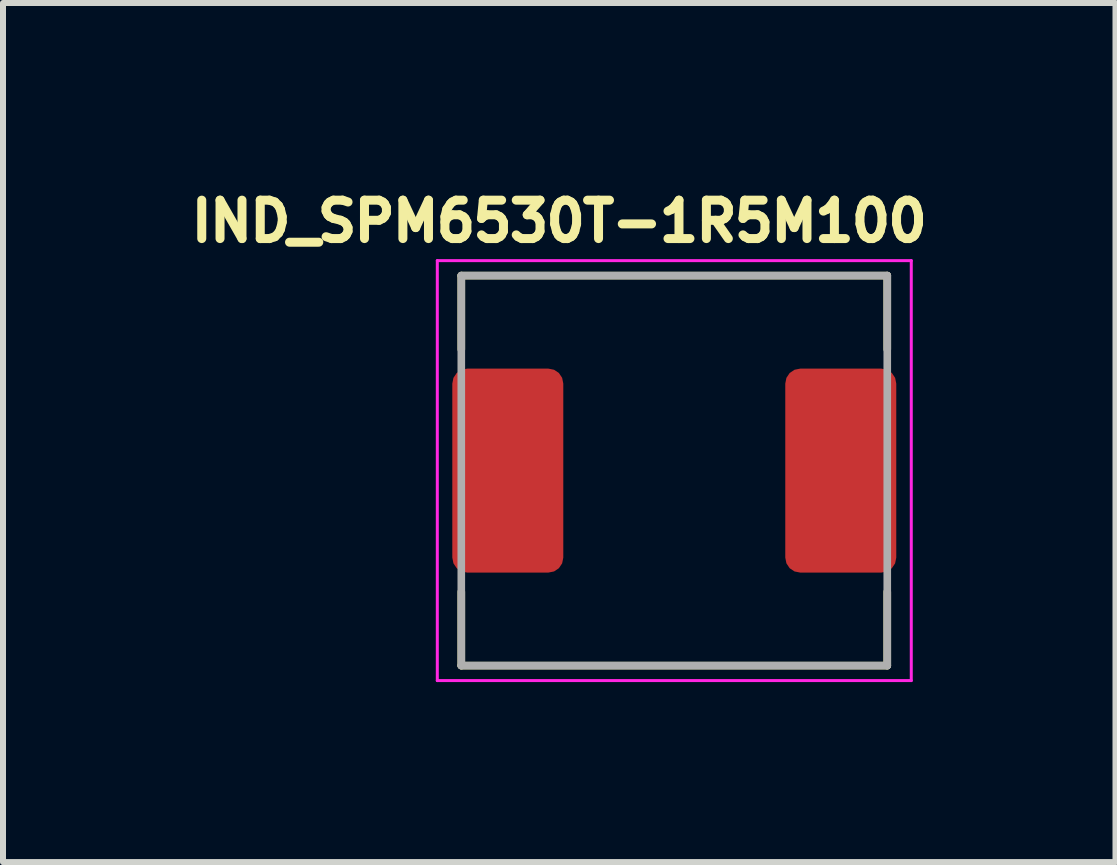
<source format=kicad_pcb>
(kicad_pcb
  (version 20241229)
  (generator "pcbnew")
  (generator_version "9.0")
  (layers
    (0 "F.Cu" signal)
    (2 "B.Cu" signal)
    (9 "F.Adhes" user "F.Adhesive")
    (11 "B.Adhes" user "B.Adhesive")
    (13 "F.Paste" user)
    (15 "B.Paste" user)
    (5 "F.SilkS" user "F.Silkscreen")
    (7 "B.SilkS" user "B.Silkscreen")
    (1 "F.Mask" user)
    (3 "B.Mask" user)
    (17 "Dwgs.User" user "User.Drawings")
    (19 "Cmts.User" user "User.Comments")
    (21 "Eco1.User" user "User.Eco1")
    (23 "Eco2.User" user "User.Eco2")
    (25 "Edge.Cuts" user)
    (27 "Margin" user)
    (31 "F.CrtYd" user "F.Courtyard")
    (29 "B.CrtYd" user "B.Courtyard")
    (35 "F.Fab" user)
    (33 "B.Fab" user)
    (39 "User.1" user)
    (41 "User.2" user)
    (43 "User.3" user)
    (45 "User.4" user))
  (footprint "IND_SPM6530T-1R5M100"
    (layer "F.Cu")
    (at 8.189 4.794)
    (property "Reference" "IND_SPM6530T-1R5M100" (at -1.918 -4.156 0) (layer "F.SilkS") (effects (font (size 0.64 0.64) (thickness 0.15))))
    (attr smd)
    (fp_line (start -3.55 -3.25) (end -3.55 -2.02) (stroke (width 0.127) (type solid)) (layer "F.SilkS"))
    (fp_line (start -3.55 -3.25) (end 3.55 -3.25) (stroke (width 0.127) (type solid)) (layer "F.SilkS"))
    (fp_line (start -3.55 3.25) (end -3.55 2.02) (stroke (width 0.127) (type solid)) (layer "F.SilkS"))
    (fp_line (start -3.55 3.25) (end 3.55 3.25) (stroke (width 0.127) (type solid)) (layer "F.SilkS"))
    (fp_line (start 3.55 -3.25) (end 3.55 -2.02) (stroke (width 0.127) (type solid)) (layer "F.SilkS"))
    (fp_line (start 3.55 3.25) (end 3.55 2.02) (stroke (width 0.127) (type solid)) (layer "F.SilkS"))
    (fp_line (start -3.95 -3.5) (end -3.95 3.5) (stroke (width 0.05) (type solid)) (layer "F.CrtYd"))
    (fp_line (start -3.95 3.5) (end 3.95 3.5) (stroke (width 0.05) (type solid)) (layer "F.CrtYd"))
    (fp_line (start 3.95 -3.5) (end -3.95 -3.5) (stroke (width 0.05) (type solid)) (layer "F.CrtYd"))
    (fp_line (start 3.95 3.5) (end 3.95 -3.5) (stroke (width 0.05) (type solid)) (layer "F.CrtYd"))
    (fp_line (start -3.55 -3.25) (end -3.55 3.25) (stroke (width 0.127) (type solid)) (layer "F.Fab"))
    (fp_line (start -3.55 -3.25) (end 3.55 -3.25) (stroke (width 0.127) (type solid)) (layer "F.Fab"))
    (fp_line (start -3.55 3.25) (end 3.55 3.25) (stroke (width 0.127) (type solid)) (layer "F.Fab"))
    (fp_line (start 3.55 -3.25) (end 3.55 3.25) (stroke (width 0.127) (type solid)) (layer "F.Fab"))
    (pad "1" smd roundrect (at -2.775 0) (size 1.85 3.4) (layers "F.Cu" "F.Mask" "F.Paste") (roundrect_rratio 0.135))
    (pad "2" smd roundrect (at 2.775 0) (size 1.85 3.4) (layers "F.Cu" "F.Mask" "F.Paste") (roundrect_rratio 0.135)))
  (gr_rect
    (start -3 -3)
    (end 15.543 11.319)
    (stroke (width 0.1) (type default))
    (fill no)
    (layer "Edge.Cuts")))
</source>
